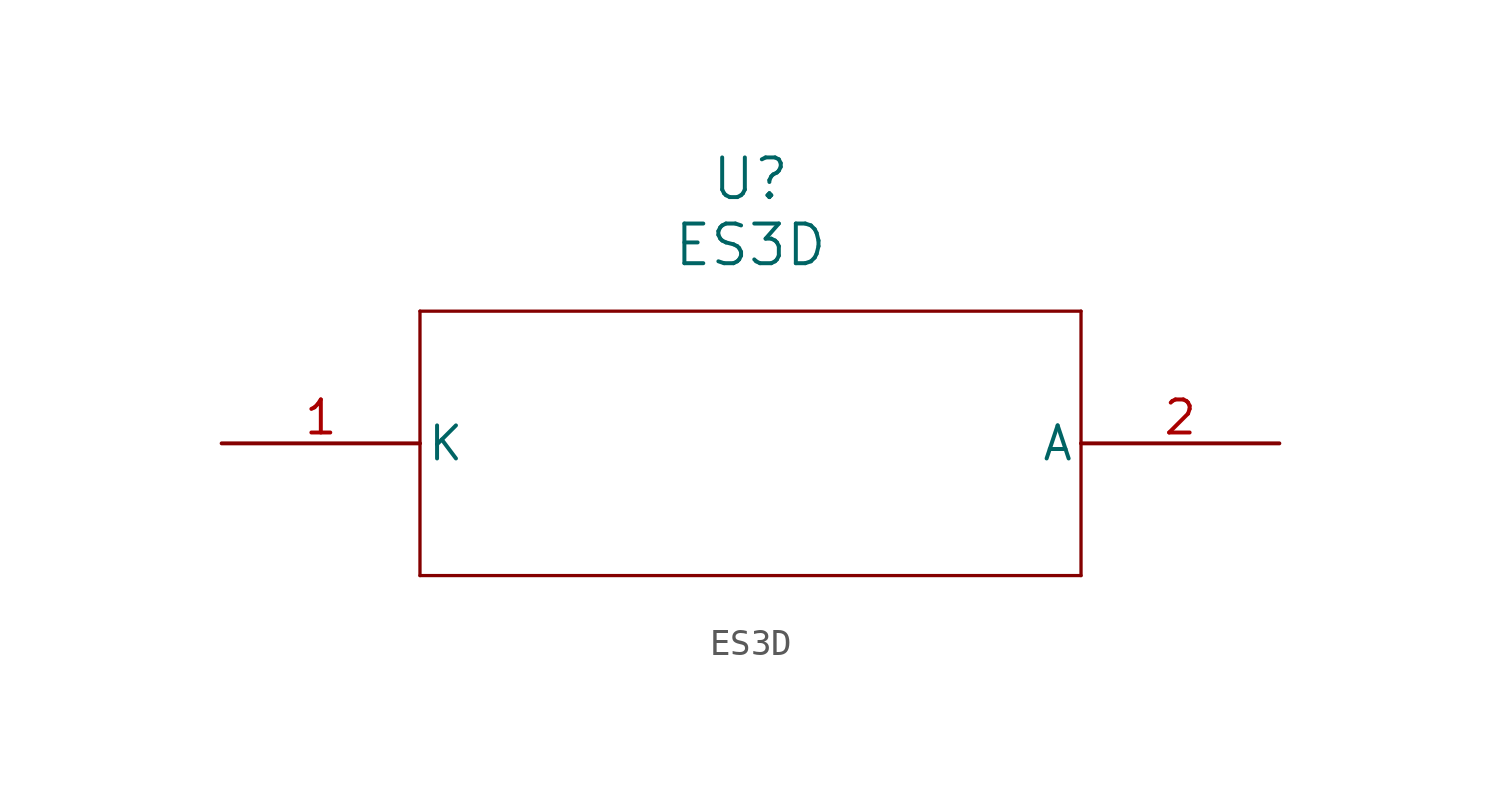
<source format=kicad_sym>
(kicad_symbol_lib
  (version 20211014)
  (generator kicad_symbol_editor)
  (symbol "ES3D"
    (pin_names
      (offset 0.254))
    (property "Reference" "U"
      (at 20.32 10.16 0)
      (effects (font (size 1.524 1.524))))
    (property "Value" "ES3D"
      (at 20.32 7.62 0)
      (effects (font (size 1.524 1.524))))
    (symbol "ES3D_0_1"
      (polyline (pts (xy 7.62 5.08) (xy 7.62 -5.08)) (stroke (width 0.127) (type default) (color 0 0 0 0)) (fill (type none)))
      (polyline (pts (xy 7.62 -5.08) (xy 33.02 -5.08)) (stroke (width 0.127) (type default) (color 0 0 0 0)) (fill (type none)))
      (polyline (pts (xy 33.02 -5.08) (xy 33.02 5.08)) (stroke (width 0.127) (type default) (color 0 0 0 0)) (fill (type none)))
      (polyline (pts (xy 33.02 5.08) (xy 7.62 5.08)) (stroke (width 0.127) (type default) (color 0 0 0 0)) (fill (type none)))
      (pin unspecified line (at 0 0 0) (length 7.62) (name "K" (effects (font (size 1.27 1.27)))) (number "1" (effects (font (size 1.27 1.27)))))
      (pin unspecified line (at 40.64 0 180) (length 7.62) (name "A" (effects (font (size 1.27 1.27)))) (number "2" (effects (font (size 1.27 1.27))))))))
</source>
